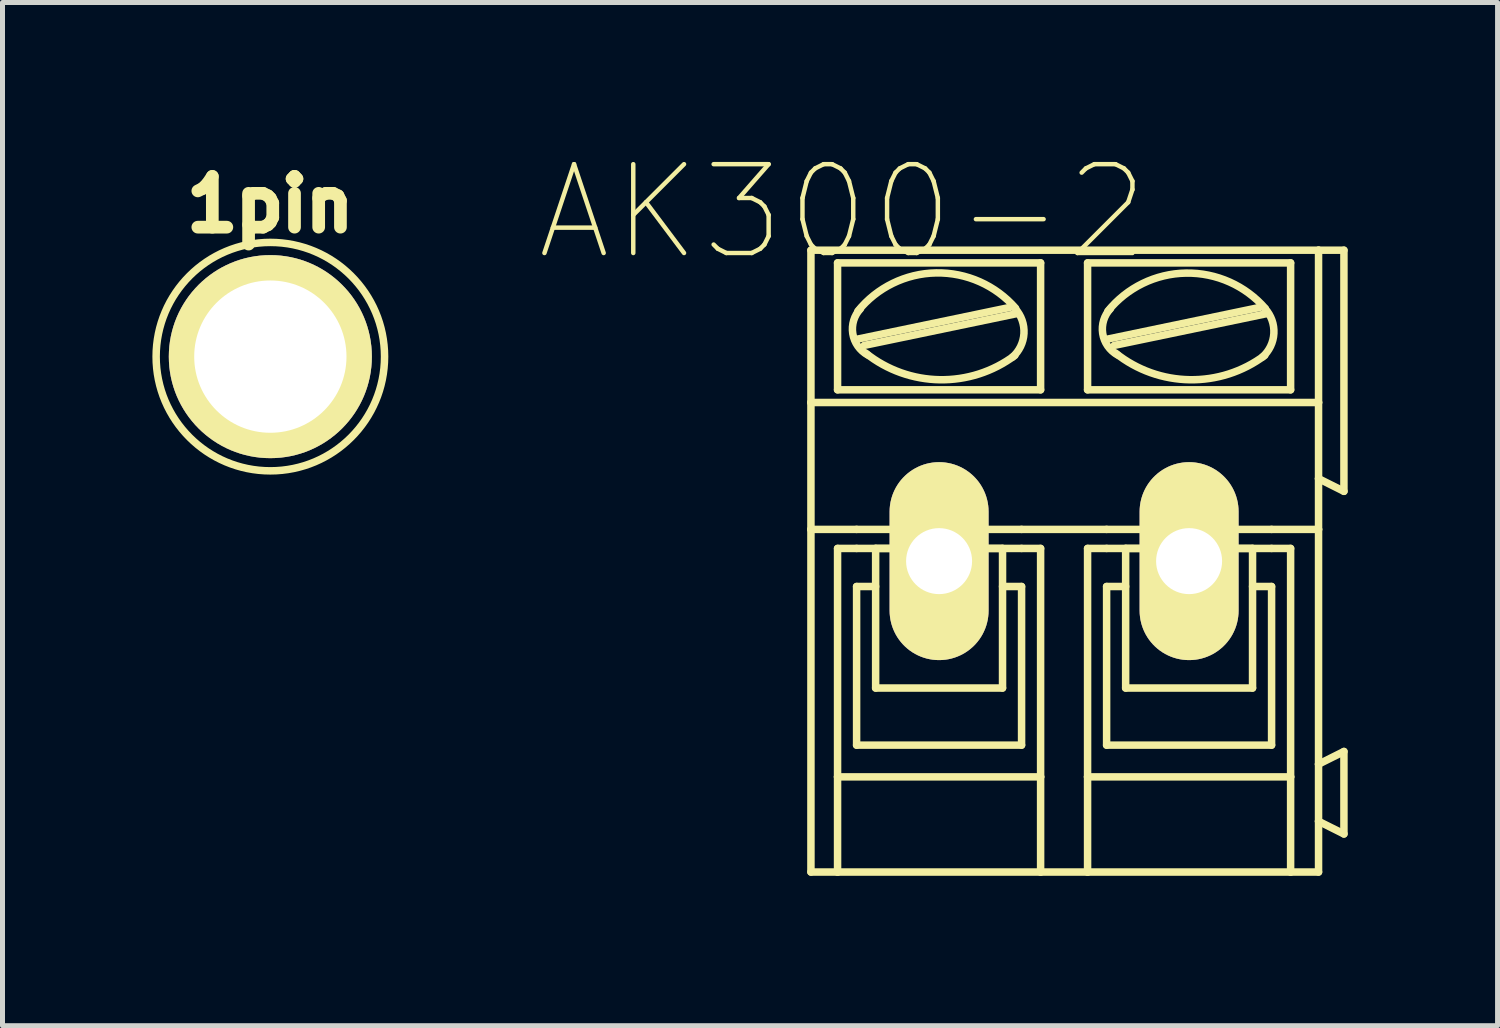
<source format=kicad_pcb>
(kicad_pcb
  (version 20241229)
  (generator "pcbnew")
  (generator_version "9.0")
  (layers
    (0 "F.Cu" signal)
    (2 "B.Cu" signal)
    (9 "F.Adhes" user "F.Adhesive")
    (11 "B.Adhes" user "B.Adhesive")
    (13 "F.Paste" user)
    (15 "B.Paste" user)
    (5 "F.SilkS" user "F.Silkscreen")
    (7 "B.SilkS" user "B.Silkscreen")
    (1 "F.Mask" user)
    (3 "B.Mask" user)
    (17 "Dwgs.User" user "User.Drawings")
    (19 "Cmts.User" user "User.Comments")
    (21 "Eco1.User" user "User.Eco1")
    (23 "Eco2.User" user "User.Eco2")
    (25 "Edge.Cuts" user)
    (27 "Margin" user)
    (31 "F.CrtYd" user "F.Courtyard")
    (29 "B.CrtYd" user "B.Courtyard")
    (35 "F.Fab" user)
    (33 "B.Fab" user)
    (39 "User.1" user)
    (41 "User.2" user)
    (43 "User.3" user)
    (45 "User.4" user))
  (footprint "1pin"
    (layer "F.Cu")
    (at 2.361 4.088)
    (property "Reference" "1pin" (at 0 -3.048 0) (layer "F.SilkS") (effects (font (size 1.016 1.016) (thickness 0.254))))
    (attr through_hole)
    (fp_circle (center 0 0) (end 0 -2.286) (stroke (width 0.15) (type solid)) (fill no) (layer "F.SilkS"))
    (pad "1" thru_hole circle (at 0 0) (size 4.064 4.064) (drill 3.048) (layers "*.Cu" "*.Mask" "F.SilkS")))
  (footprint "AK300-2"
    (layer "F.Cu")
    (at 18.261 8.181)
    (property "Reference" "AK300-2" (at -4.445 -6.985 0) (layer "F.SilkS") (effects (font (size 1.778 1.778) (thickness 0.089))))
    (attr exclude_from_pos_files exclude_from_bom)
    (fp_line (start -5.08 -3.175) (end -5.08 -6.223) (stroke (width 0.15) (type solid)) (layer "F.SilkS"))
    (fp_line (start -5.08 -3.175) (end 5.08 -3.175) (stroke (width 0.15) (type solid)) (layer "F.SilkS"))
    (fp_line (start -5.08 -0.635) (end -5.08 -3.175) (stroke (width 0.15) (type solid)) (layer "F.SilkS"))
    (fp_line (start -5.08 -0.635) (end -4.166 -0.635) (stroke (width 0.15) (type solid)) (layer "F.SilkS"))
    (fp_line (start -5.08 6.223) (end -5.08 -0.635) (stroke (width 0.15) (type solid)) (layer "F.SilkS"))
    (fp_line (start -5.08 6.223) (end -4.547 6.223) (stroke (width 0.15) (type solid)) (layer "F.SilkS"))
    (fp_line (start -4.547 -3.429) (end -4.547 -5.969) (stroke (width 0.15) (type solid)) (layer "F.SilkS"))
    (fp_line (start -4.547 -0.254) (end -4.547 4.318) (stroke (width 0.15) (type solid)) (layer "F.SilkS"))
    (fp_line (start -4.547 -0.254) (end -4.166 -0.254) (stroke (width 0.15) (type solid)) (layer "F.SilkS"))
    (fp_line (start -4.547 4.318) (end -4.547 6.223) (stroke (width 0.15) (type solid)) (layer "F.SilkS"))
    (fp_line (start -4.547 6.223) (end -0.483 6.223) (stroke (width 0.15) (type solid)) (layer "F.SilkS"))
    (fp_line (start -4.166 -0.635) (end -0.864 -0.635) (stroke (width 0.15) (type solid)) (layer "F.SilkS"))
    (fp_line (start -4.166 0.508) (end -3.785 0.508) (stroke (width 0.15) (type solid)) (layer "F.SilkS"))
    (fp_line (start -4.166 3.683) (end -4.166 0.508) (stroke (width 0.15) (type solid)) (layer "F.SilkS"))
    (fp_line (start -4.14 -4.445) (end -1.09 -5.08) (stroke (width 0.15) (type solid)) (layer "F.SilkS"))
    (fp_line (start -4.013 -4.318) (end -0.965 -4.953) (stroke (width 0.15) (type solid)) (layer "F.SilkS"))
    (fp_line (start -3.785 -0.254) (end -1.245 -0.254) (stroke (width 0.15) (type solid)) (layer "F.SilkS"))
    (fp_line (start -3.785 2.54) (end -3.785 -0.254) (stroke (width 0.15) (type solid)) (layer "F.SilkS"))
    (fp_line (start -3.785 2.54) (end -1.245 2.54) (stroke (width 0.15) (type solid)) (layer "F.SilkS"))
    (fp_line (start -1.245 2.54) (end -1.245 -0.254) (stroke (width 0.15) (type solid)) (layer "F.SilkS"))
    (fp_line (start -0.864 -0.635) (end 0.838 -0.635) (stroke (width 0.15) (type solid)) (layer "F.SilkS"))
    (fp_line (start -0.864 -0.254) (end -4.166 -0.254) (stroke (width 0.15) (type solid)) (layer "F.SilkS"))
    (fp_line (start -0.864 0.508) (end -1.245 0.508) (stroke (width 0.15) (type solid)) (layer "F.SilkS"))
    (fp_line (start -0.864 3.683) (end -4.166 3.683) (stroke (width 0.15) (type solid)) (layer "F.SilkS"))
    (fp_line (start -0.864 3.683) (end -0.864 0.508) (stroke (width 0.15) (type solid)) (layer "F.SilkS"))
    (fp_line (start -0.483 -5.969) (end -4.547 -5.969) (stroke (width 0.15) (type solid)) (layer "F.SilkS"))
    (fp_line (start -0.483 -3.429) (end -4.547 -3.429) (stroke (width 0.15) (type solid)) (layer "F.SilkS"))
    (fp_line (start -0.483 -3.429) (end -0.483 -5.969) (stroke (width 0.15) (type solid)) (layer "F.SilkS"))
    (fp_line (start -0.483 -0.254) (end -0.864 -0.254) (stroke (width 0.15) (type solid)) (layer "F.SilkS"))
    (fp_line (start -0.483 4.318) (end -4.547 4.318) (stroke (width 0.15) (type solid)) (layer "F.SilkS"))
    (fp_line (start -0.483 4.318) (end -0.483 -0.254) (stroke (width 0.15) (type solid)) (layer "F.SilkS"))
    (fp_line (start -0.483 6.223) (end -0.483 4.318) (stroke (width 0.15) (type solid)) (layer "F.SilkS"))
    (fp_line (start -0.483 6.223) (end 0.457 6.223) (stroke (width 0.15) (type solid)) (layer "F.SilkS"))
    (fp_line (start 0.457 -5.969) (end 4.521 -5.969) (stroke (width 0.15) (type solid)) (layer "F.SilkS"))
    (fp_line (start 0.457 -3.429) (end 0.457 -5.969) (stroke (width 0.15) (type solid)) (layer "F.SilkS"))
    (fp_line (start 0.457 -0.254) (end 0.838 -0.254) (stroke (width 0.15) (type solid)) (layer "F.SilkS"))
    (fp_line (start 0.457 4.318) (end 0.457 -0.254) (stroke (width 0.15) (type solid)) (layer "F.SilkS"))
    (fp_line (start 0.457 4.318) (end 4.521 4.318) (stroke (width 0.15) (type solid)) (layer "F.SilkS"))
    (fp_line (start 0.457 6.223) (end 0.457 4.318) (stroke (width 0.15) (type solid)) (layer "F.SilkS"))
    (fp_line (start 0.457 6.223) (end 4.521 6.223) (stroke (width 0.15) (type solid)) (layer "F.SilkS"))
    (fp_line (start 0.838 -0.254) (end 4.14 -0.254) (stroke (width 0.15) (type solid)) (layer "F.SilkS"))
    (fp_line (start 0.838 0.508) (end 1.219 0.508) (stroke (width 0.15) (type solid)) (layer "F.SilkS"))
    (fp_line (start 0.838 3.683) (end 0.838 0.508) (stroke (width 0.15) (type solid)) (layer "F.SilkS"))
    (fp_line (start 0.864 -4.445) (end 3.912 -5.08) (stroke (width 0.15) (type solid)) (layer "F.SilkS"))
    (fp_line (start 0.991 -4.318) (end 4.039 -4.953) (stroke (width 0.15) (type solid)) (layer "F.SilkS"))
    (fp_line (start 1.219 -0.254) (end 3.759 -0.254) (stroke (width 0.15) (type solid)) (layer "F.SilkS"))
    (fp_line (start 1.219 2.54) (end 1.219 -0.254) (stroke (width 0.15) (type solid)) (layer "F.SilkS"))
    (fp_line (start 1.219 2.54) (end 3.759 2.54) (stroke (width 0.15) (type solid)) (layer "F.SilkS"))
    (fp_line (start 3.759 2.54) (end 3.759 -0.254) (stroke (width 0.15) (type solid)) (layer "F.SilkS"))
    (fp_line (start 4.14 -0.635) (end 0.838 -0.635) (stroke (width 0.15) (type solid)) (layer "F.SilkS"))
    (fp_line (start 4.14 0.508) (end 3.759 0.508) (stroke (width 0.15) (type solid)) (layer "F.SilkS"))
    (fp_line (start 4.14 3.683) (end 0.838 3.683) (stroke (width 0.15) (type solid)) (layer "F.SilkS"))
    (fp_line (start 4.14 3.683) (end 4.14 0.508) (stroke (width 0.15) (type solid)) (layer "F.SilkS"))
    (fp_line (start 4.521 -5.969) (end 4.521 -3.429) (stroke (width 0.15) (type solid)) (layer "F.SilkS"))
    (fp_line (start 4.521 -3.429) (end 0.457 -3.429) (stroke (width 0.15) (type solid)) (layer "F.SilkS"))
    (fp_line (start 4.521 -0.254) (end 4.14 -0.254) (stroke (width 0.15) (type solid)) (layer "F.SilkS"))
    (fp_line (start 4.521 -0.254) (end 4.521 4.318) (stroke (width 0.15) (type solid)) (layer "F.SilkS"))
    (fp_line (start 4.521 4.318) (end 4.521 6.223) (stroke (width 0.15) (type solid)) (layer "F.SilkS"))
    (fp_line (start 4.521 6.223) (end 5.08 6.223) (stroke (width 0.15) (type solid)) (layer "F.SilkS"))
    (fp_line (start 5.08 -6.223) (end -5.08 -6.223) (stroke (width 0.15) (type solid)) (layer "F.SilkS"))
    (fp_line (start 5.08 -6.223) (end 5.08 -3.175) (stroke (width 0.15) (type solid)) (layer "F.SilkS"))
    (fp_line (start 5.08 -6.223) (end 5.588 -6.223) (stroke (width 0.15) (type solid)) (layer "F.SilkS"))
    (fp_line (start 5.08 -3.175) (end 5.08 -1.651) (stroke (width 0.15) (type solid)) (layer "F.SilkS"))
    (fp_line (start 5.08 -1.651) (end 5.08 -0.635) (stroke (width 0.15) (type solid)) (layer "F.SilkS"))
    (fp_line (start 5.08 -0.635) (end 4.14 -0.635) (stroke (width 0.15) (type solid)) (layer "F.SilkS"))
    (fp_line (start 5.08 -0.635) (end 5.08 4.064) (stroke (width 0.15) (type solid)) (layer "F.SilkS"))
    (fp_line (start 5.08 4.064) (end 5.08 5.207) (stroke (width 0.15) (type solid)) (layer "F.SilkS"))
    (fp_line (start 5.08 5.207) (end 5.08 6.223) (stroke (width 0.15) (type solid)) (layer "F.SilkS"))
    (fp_line (start 5.588 -6.223) (end 5.588 -1.397) (stroke (width 0.15) (type solid)) (layer "F.SilkS"))
    (fp_line (start 5.588 -1.397) (end 5.08 -1.651) (stroke (width 0.15) (type solid)) (layer "F.SilkS"))
    (fp_line (start 5.588 3.81) (end 5.08 4.064) (stroke (width 0.15) (type solid)) (layer "F.SilkS"))
    (fp_line (start 5.588 3.81) (end 5.588 5.461) (stroke (width 0.15) (type solid)) (layer "F.SilkS"))
    (fp_line (start 5.588 5.461) (end 5.08 5.207) (stroke (width 0.15) (type solid)) (layer "F.SilkS"))
    (fp_arc (start -4.1402 -5.0038) (mid -2.575347 -5.768837) (end -0.983427 -5.061847) (stroke (width 0.15) (type solid)) (layer "F.SilkS"))
    (fp_arc (start -3.94462 -4.1275) (mid -4.242784 -4.553845) (end -4.08952 -5.051019) (stroke (width 0.15) (type solid)) (layer "F.SilkS"))
    (fp_arc (start -0.99822 -4.11734) (mid -2.500269 -3.630479) (end -3.985988 -4.165104) (stroke (width 0.15) (type solid)) (layer "F.SilkS"))
    (fp_arc (start -0.9906 -5.05206) (mid -0.816264 -4.555962) (end -1.04585 -4.08289) (stroke (width 0.15) (type solid)) (layer "F.SilkS"))
    (fp_arc (start 0.8636 -5.0038) (mid 2.426638 -5.764946) (end 4.014411 -5.056844) (stroke (width 0.15) (type solid)) (layer "F.SilkS"))
    (fp_arc (start 1.05664 -4.1275) (mid 0.759456 -4.555849) (end 0.914903 -5.053481) (stroke (width 0.15) (type solid)) (layer "F.SilkS"))
    (fp_arc (start 4.00304 -4.11734) (mid 2.500991 -3.630479) (end 1.015272 -4.165104) (stroke (width 0.15) (type solid)) (layer "F.SilkS"))
    (fp_arc (start 4.01066 -5.05206) (mid 4.185748 -4.557765) (end 3.957972 -4.085429) (stroke (width 0.15) (type solid)) (layer "F.SilkS"))
    (pad "1" thru_hole oval (at -2.515 0) (size 1.981 3.962) (drill 1.321) (layers "*.Cu" "F.Mask" "F.SilkS" "F.Paste"))
    (pad "2" thru_hole oval (at 2.489 0) (size 1.981 3.962) (drill 1.321) (layers "*.Cu" "F.Mask" "F.SilkS" "F.Paste")))
  (gr_rect
    (start -3 -3)
    (end 26.924 17.479)
    (stroke (width 0.1) (type default))
    (fill no)
    (layer "Edge.Cuts")))
</source>
